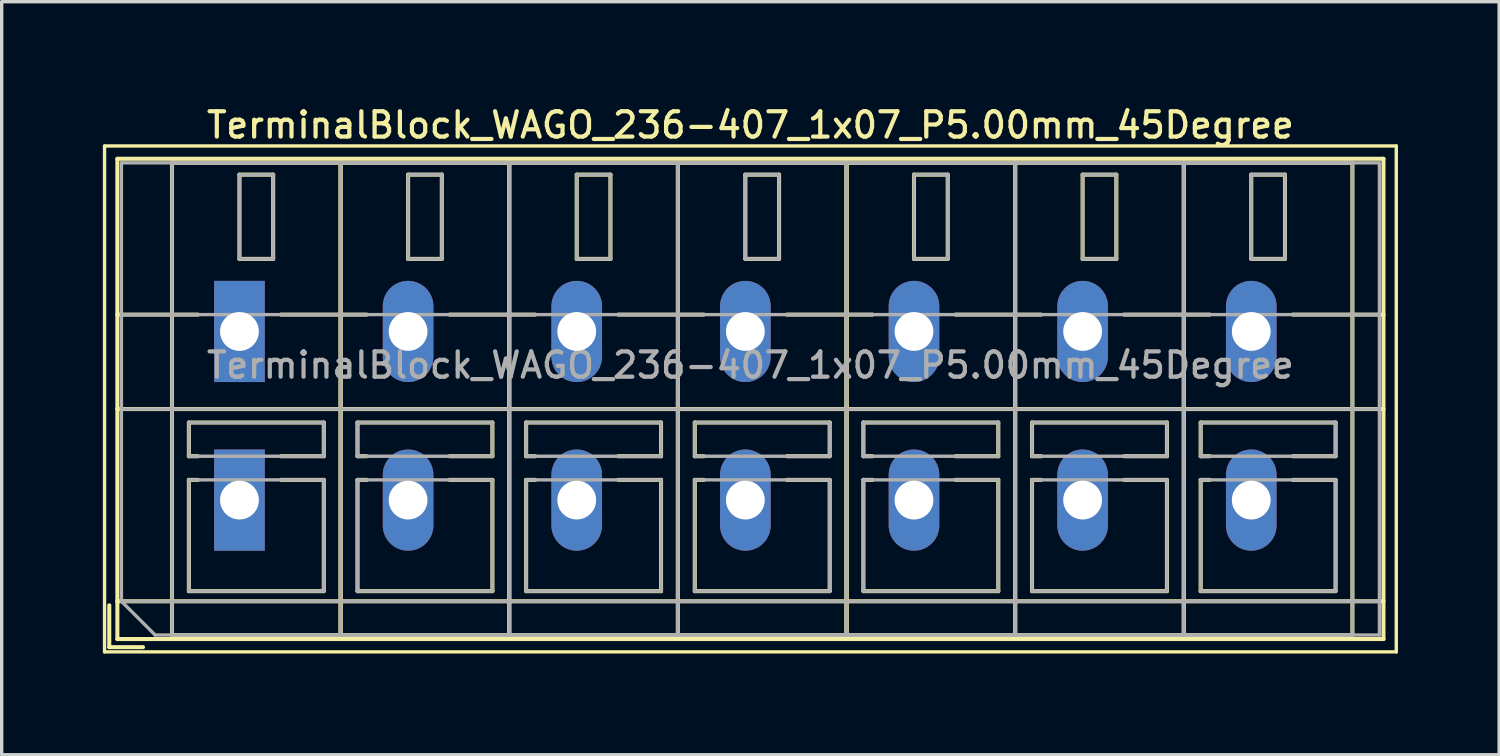
<source format=kicad_pcb>
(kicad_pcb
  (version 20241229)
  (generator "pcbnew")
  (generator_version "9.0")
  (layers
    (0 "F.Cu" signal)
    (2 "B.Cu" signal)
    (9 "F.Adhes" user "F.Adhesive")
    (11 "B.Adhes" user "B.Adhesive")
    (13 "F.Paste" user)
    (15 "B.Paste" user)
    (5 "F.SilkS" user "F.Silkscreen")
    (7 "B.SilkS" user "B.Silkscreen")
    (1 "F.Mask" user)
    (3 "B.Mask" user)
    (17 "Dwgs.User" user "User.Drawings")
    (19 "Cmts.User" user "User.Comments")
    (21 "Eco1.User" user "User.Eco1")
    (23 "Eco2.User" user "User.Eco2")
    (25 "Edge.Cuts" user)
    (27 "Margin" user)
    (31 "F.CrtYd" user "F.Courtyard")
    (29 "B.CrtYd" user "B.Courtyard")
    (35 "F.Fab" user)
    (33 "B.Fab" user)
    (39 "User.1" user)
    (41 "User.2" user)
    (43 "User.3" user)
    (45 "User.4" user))
  (footprint "TerminalBlock_WAGO_236-407_1x07_P5.00mm_45Degree"
    (layer "F.Cu")
    (at 4.05 6.778)
    (property "Reference" "TerminalBlock_WAGO_236-407_1x07_P5.00mm_45Degree" (at 15.15 -6.12 0) (layer "F.SilkS") (effects (font (size 0.75 0.75) (thickness 0.125))))
    (attr through_hole)
    (fp_line (start -4 -5.5) (end -4 9.5) (stroke (width 0.1) (type solid)) (layer "F.SilkS"))
    (fp_line (start -4 9.5) (end 34.3 9.5) (stroke (width 0.1) (type solid)) (layer "F.SilkS"))
    (fp_line (start -3.86 8.12) (end -3.86 9.36) (stroke (width 0.12) (type solid)) (layer "F.SilkS"))
    (fp_line (start -3.86 9.36) (end -2.86 9.36) (stroke (width 0.12) (type solid)) (layer "F.SilkS"))
    (fp_line (start -3.62 -5.12) (end -3.62 9.12) (stroke (width 0.12) (type solid)) (layer "F.SilkS"))
    (fp_line (start -3.62 -5.12) (end 33.92 -5.12) (stroke (width 0.12) (type solid)) (layer "F.SilkS"))
    (fp_line (start -3.62 -0.5) (end -1.23 -0.5) (stroke (width 0.12) (type solid)) (layer "F.SilkS"))
    (fp_line (start -3.62 2.3) (end 33.92 2.3) (stroke (width 0.12) (type solid)) (layer "F.SilkS"))
    (fp_line (start -3.62 8) (end 33.92 8) (stroke (width 0.12) (type solid)) (layer "F.SilkS"))
    (fp_line (start -3.62 9.12) (end 33.92 9.12) (stroke (width 0.12) (type solid)) (layer "F.SilkS"))
    (fp_line (start -2 -5) (end -2 9) (stroke (width 0.12) (type solid)) (layer "F.SilkS"))
    (fp_line (start -2 -5) (end 3 -5) (stroke (width 0.12) (type solid)) (layer "F.SilkS"))
    (fp_line (start -2 9) (end 3 9) (stroke (width 0.12) (type solid)) (layer "F.SilkS"))
    (fp_line (start -1.5 2.7) (end -1.5 3.7) (stroke (width 0.12) (type solid)) (layer "F.SilkS"))
    (fp_line (start -1.5 2.7) (end 2.5 2.7) (stroke (width 0.12) (type solid)) (layer "F.SilkS"))
    (fp_line (start -1.5 3.7) (end -1.23 3.7) (stroke (width 0.12) (type solid)) (layer "F.SilkS"))
    (fp_line (start -1.5 4.4) (end -1.5 7.7) (stroke (width 0.12) (type solid)) (layer "F.SilkS"))
    (fp_line (start -1.5 4.4) (end -1.23 4.4) (stroke (width 0.12) (type solid)) (layer "F.SilkS"))
    (fp_line (start -1.5 7.7) (end 2.5 7.7) (stroke (width 0.12) (type solid)) (layer "F.SilkS"))
    (fp_line (start 0 -4.65) (end 0 -2.151) (stroke (width 0.12) (type solid)) (layer "F.SilkS"))
    (fp_line (start 0 -4.65) (end 1 -4.65) (stroke (width 0.12) (type solid)) (layer "F.SilkS"))
    (fp_line (start 0 -2.151) (end 1 -2.151) (stroke (width 0.12) (type solid)) (layer "F.SilkS"))
    (fp_line (start 1 -4.65) (end 1 -2.151) (stroke (width 0.12) (type solid)) (layer "F.SilkS"))
    (fp_line (start 1.23 -0.5) (end 3.77 -0.5) (stroke (width 0.12) (type solid)) (layer "F.SilkS"))
    (fp_line (start 1.23 3.7) (end 2.5 3.7) (stroke (width 0.12) (type solid)) (layer "F.SilkS"))
    (fp_line (start 1.23 4.4) (end 2.5 4.4) (stroke (width 0.12) (type solid)) (layer "F.SilkS"))
    (fp_line (start 2.5 2.7) (end 2.5 3.7) (stroke (width 0.12) (type solid)) (layer "F.SilkS"))
    (fp_line (start 2.5 4.4) (end 2.5 7.7) (stroke (width 0.12) (type solid)) (layer "F.SilkS"))
    (fp_line (start 3 -5) (end 3 9) (stroke (width 0.12) (type solid)) (layer "F.SilkS"))
    (fp_line (start 3 -5) (end 3 9) (stroke (width 0.12) (type solid)) (layer "F.SilkS"))
    (fp_line (start 3 -5) (end 8 -5) (stroke (width 0.12) (type solid)) (layer "F.SilkS"))
    (fp_line (start 3 9) (end 8 9) (stroke (width 0.12) (type solid)) (layer "F.SilkS"))
    (fp_line (start 3.5 2.7) (end 3.5 3.7) (stroke (width 0.12) (type solid)) (layer "F.SilkS"))
    (fp_line (start 3.5 2.7) (end 7.5 2.7) (stroke (width 0.12) (type solid)) (layer "F.SilkS"))
    (fp_line (start 3.5 3.7) (end 3.77 3.7) (stroke (width 0.12) (type solid)) (layer "F.SilkS"))
    (fp_line (start 3.5 4.4) (end 3.5 7.7) (stroke (width 0.12) (type solid)) (layer "F.SilkS"))
    (fp_line (start 3.5 4.4) (end 3.77 4.4) (stroke (width 0.12) (type solid)) (layer "F.SilkS"))
    (fp_line (start 3.5 7.7) (end 7.5 7.7) (stroke (width 0.12) (type solid)) (layer "F.SilkS"))
    (fp_line (start 5 -4.65) (end 5 -2.151) (stroke (width 0.12) (type solid)) (layer "F.SilkS"))
    (fp_line (start 5 -4.65) (end 6 -4.65) (stroke (width 0.12) (type solid)) (layer "F.SilkS"))
    (fp_line (start 5 -2.151) (end 6 -2.151) (stroke (width 0.12) (type solid)) (layer "F.SilkS"))
    (fp_line (start 6 -4.65) (end 6 -2.151) (stroke (width 0.12) (type solid)) (layer "F.SilkS"))
    (fp_line (start 6.23 -0.5) (end 8.77 -0.5) (stroke (width 0.12) (type solid)) (layer "F.SilkS"))
    (fp_line (start 6.23 3.7) (end 7.5 3.7) (stroke (width 0.12) (type solid)) (layer "F.SilkS"))
    (fp_line (start 6.23 4.4) (end 7.5 4.4) (stroke (width 0.12) (type solid)) (layer "F.SilkS"))
    (fp_line (start 7.5 2.7) (end 7.5 3.7) (stroke (width 0.12) (type solid)) (layer "F.SilkS"))
    (fp_line (start 7.5 4.4) (end 7.5 7.7) (stroke (width 0.12) (type solid)) (layer "F.SilkS"))
    (fp_line (start 8 -5) (end 8 9) (stroke (width 0.12) (type solid)) (layer "F.SilkS"))
    (fp_line (start 8 -5) (end 8 9) (stroke (width 0.12) (type solid)) (layer "F.SilkS"))
    (fp_line (start 8 -5) (end 13 -5) (stroke (width 0.12) (type solid)) (layer "F.SilkS"))
    (fp_line (start 8 9) (end 13 9) (stroke (width 0.12) (type solid)) (layer "F.SilkS"))
    (fp_line (start 8.5 2.7) (end 8.5 3.7) (stroke (width 0.12) (type solid)) (layer "F.SilkS"))
    (fp_line (start 8.5 2.7) (end 12.5 2.7) (stroke (width 0.12) (type solid)) (layer "F.SilkS"))
    (fp_line (start 8.5 3.7) (end 8.77 3.7) (stroke (width 0.12) (type solid)) (layer "F.SilkS"))
    (fp_line (start 8.5 4.4) (end 8.5 7.7) (stroke (width 0.12) (type solid)) (layer "F.SilkS"))
    (fp_line (start 8.5 4.4) (end 8.77 4.4) (stroke (width 0.12) (type solid)) (layer "F.SilkS"))
    (fp_line (start 8.5 7.7) (end 12.5 7.7) (stroke (width 0.12) (type solid)) (layer "F.SilkS"))
    (fp_line (start 10 -4.65) (end 10 -2.151) (stroke (width 0.12) (type solid)) (layer "F.SilkS"))
    (fp_line (start 10 -4.65) (end 11 -4.65) (stroke (width 0.12) (type solid)) (layer "F.SilkS"))
    (fp_line (start 10 -2.151) (end 11 -2.151) (stroke (width 0.12) (type solid)) (layer "F.SilkS"))
    (fp_line (start 11 -4.65) (end 11 -2.151) (stroke (width 0.12) (type solid)) (layer "F.SilkS"))
    (fp_line (start 11.23 -0.5) (end 13.77 -0.5) (stroke (width 0.12) (type solid)) (layer "F.SilkS"))
    (fp_line (start 11.23 3.7) (end 12.5 3.7) (stroke (width 0.12) (type solid)) (layer "F.SilkS"))
    (fp_line (start 11.23 4.4) (end 12.5 4.4) (stroke (width 0.12) (type solid)) (layer "F.SilkS"))
    (fp_line (start 12.5 2.7) (end 12.5 3.7) (stroke (width 0.12) (type solid)) (layer "F.SilkS"))
    (fp_line (start 12.5 4.4) (end 12.5 7.7) (stroke (width 0.12) (type solid)) (layer "F.SilkS"))
    (fp_line (start 13 -5) (end 13 9) (stroke (width 0.12) (type solid)) (layer "F.SilkS"))
    (fp_line (start 13 -5) (end 13 9) (stroke (width 0.12) (type solid)) (layer "F.SilkS"))
    (fp_line (start 13 -5) (end 18 -5) (stroke (width 0.12) (type solid)) (layer "F.SilkS"))
    (fp_line (start 13 9) (end 18 9) (stroke (width 0.12) (type solid)) (layer "F.SilkS"))
    (fp_line (start 13.5 2.7) (end 13.5 3.7) (stroke (width 0.12) (type solid)) (layer "F.SilkS"))
    (fp_line (start 13.5 2.7) (end 17.5 2.7) (stroke (width 0.12) (type solid)) (layer "F.SilkS"))
    (fp_line (start 13.5 3.7) (end 13.77 3.7) (stroke (width 0.12) (type solid)) (layer "F.SilkS"))
    (fp_line (start 13.5 4.4) (end 13.5 7.7) (stroke (width 0.12) (type solid)) (layer "F.SilkS"))
    (fp_line (start 13.5 4.4) (end 13.77 4.4) (stroke (width 0.12) (type solid)) (layer "F.SilkS"))
    (fp_line (start 13.5 7.7) (end 17.5 7.7) (stroke (width 0.12) (type solid)) (layer "F.SilkS"))
    (fp_line (start 15 -4.65) (end 15 -2.151) (stroke (width 0.12) (type solid)) (layer "F.SilkS"))
    (fp_line (start 15 -4.65) (end 16 -4.65) (stroke (width 0.12) (type solid)) (layer "F.SilkS"))
    (fp_line (start 15 -2.151) (end 16 -2.151) (stroke (width 0.12) (type solid)) (layer "F.SilkS"))
    (fp_line (start 16 -4.65) (end 16 -2.151) (stroke (width 0.12) (type solid)) (layer "F.SilkS"))
    (fp_line (start 16.23 -0.5) (end 18.77 -0.5) (stroke (width 0.12) (type solid)) (layer "F.SilkS"))
    (fp_line (start 16.23 3.7) (end 17.5 3.7) (stroke (width 0.12) (type solid)) (layer "F.SilkS"))
    (fp_line (start 16.23 4.4) (end 17.5 4.4) (stroke (width 0.12) (type solid)) (layer "F.SilkS"))
    (fp_line (start 17.5 2.7) (end 17.5 3.7) (stroke (width 0.12) (type solid)) (layer "F.SilkS"))
    (fp_line (start 17.5 4.4) (end 17.5 7.7) (stroke (width 0.12) (type solid)) (layer "F.SilkS"))
    (fp_line (start 18 -5) (end 18 9) (stroke (width 0.12) (type solid)) (layer "F.SilkS"))
    (fp_line (start 18 -5) (end 18 9) (stroke (width 0.12) (type solid)) (layer "F.SilkS"))
    (fp_line (start 18 -5) (end 23 -5) (stroke (width 0.12) (type solid)) (layer "F.SilkS"))
    (fp_line (start 18 9) (end 23 9) (stroke (width 0.12) (type solid)) (layer "F.SilkS"))
    (fp_line (start 18.5 2.7) (end 18.5 3.7) (stroke (width 0.12) (type solid)) (layer "F.SilkS"))
    (fp_line (start 18.5 2.7) (end 22.5 2.7) (stroke (width 0.12) (type solid)) (layer "F.SilkS"))
    (fp_line (start 18.5 3.7) (end 18.77 3.7) (stroke (width 0.12) (type solid)) (layer "F.SilkS"))
    (fp_line (start 18.5 4.4) (end 18.5 7.7) (stroke (width 0.12) (type solid)) (layer "F.SilkS"))
    (fp_line (start 18.5 4.4) (end 18.77 4.4) (stroke (width 0.12) (type solid)) (layer "F.SilkS"))
    (fp_line (start 18.5 7.7) (end 22.5 7.7) (stroke (width 0.12) (type solid)) (layer "F.SilkS"))
    (fp_line (start 20 -4.65) (end 20 -2.151) (stroke (width 0.12) (type solid)) (layer "F.SilkS"))
    (fp_line (start 20 -4.65) (end 21 -4.65) (stroke (width 0.12) (type solid)) (layer "F.SilkS"))
    (fp_line (start 20 -2.151) (end 21 -2.151) (stroke (width 0.12) (type solid)) (layer "F.SilkS"))
    (fp_line (start 21 -4.65) (end 21 -2.151) (stroke (width 0.12) (type solid)) (layer "F.SilkS"))
    (fp_line (start 21.23 -0.5) (end 23.77 -0.5) (stroke (width 0.12) (type solid)) (layer "F.SilkS"))
    (fp_line (start 21.23 3.7) (end 22.5 3.7) (stroke (width 0.12) (type solid)) (layer "F.SilkS"))
    (fp_line (start 21.23 4.4) (end 22.5 4.4) (stroke (width 0.12) (type solid)) (layer "F.SilkS"))
    (fp_line (start 22.5 2.7) (end 22.5 3.7) (stroke (width 0.12) (type solid)) (layer "F.SilkS"))
    (fp_line (start 22.5 4.4) (end 22.5 7.7) (stroke (width 0.12) (type solid)) (layer "F.SilkS"))
    (fp_line (start 23 -5) (end 23 9) (stroke (width 0.12) (type solid)) (layer "F.SilkS"))
    (fp_line (start 23 -5) (end 23 9) (stroke (width 0.12) (type solid)) (layer "F.SilkS"))
    (fp_line (start 23 -5) (end 28 -5) (stroke (width 0.12) (type solid)) (layer "F.SilkS"))
    (fp_line (start 23 9) (end 28 9) (stroke (width 0.12) (type solid)) (layer "F.SilkS"))
    (fp_line (start 23.5 2.7) (end 23.5 3.7) (stroke (width 0.12) (type solid)) (layer "F.SilkS"))
    (fp_line (start 23.5 2.7) (end 27.5 2.7) (stroke (width 0.12) (type solid)) (layer "F.SilkS"))
    (fp_line (start 23.5 3.7) (end 23.77 3.7) (stroke (width 0.12) (type solid)) (layer "F.SilkS"))
    (fp_line (start 23.5 4.4) (end 23.5 7.7) (stroke (width 0.12) (type solid)) (layer "F.SilkS"))
    (fp_line (start 23.5 4.4) (end 23.77 4.4) (stroke (width 0.12) (type solid)) (layer "F.SilkS"))
    (fp_line (start 23.5 7.7) (end 27.5 7.7) (stroke (width 0.12) (type solid)) (layer "F.SilkS"))
    (fp_line (start 25 -4.65) (end 25 -2.151) (stroke (width 0.12) (type solid)) (layer "F.SilkS"))
    (fp_line (start 25 -4.65) (end 26 -4.65) (stroke (width 0.12) (type solid)) (layer "F.SilkS"))
    (fp_line (start 25 -2.151) (end 26 -2.151) (stroke (width 0.12) (type solid)) (layer "F.SilkS"))
    (fp_line (start 26 -4.65) (end 26 -2.151) (stroke (width 0.12) (type solid)) (layer "F.SilkS"))
    (fp_line (start 26.23 -0.5) (end 28.77 -0.5) (stroke (width 0.12) (type solid)) (layer "F.SilkS"))
    (fp_line (start 26.23 3.7) (end 27.5 3.7) (stroke (width 0.12) (type solid)) (layer "F.SilkS"))
    (fp_line (start 26.23 4.4) (end 27.5 4.4) (stroke (width 0.12) (type solid)) (layer "F.SilkS"))
    (fp_line (start 27.5 2.7) (end 27.5 3.7) (stroke (width 0.12) (type solid)) (layer "F.SilkS"))
    (fp_line (start 27.5 4.4) (end 27.5 7.7) (stroke (width 0.12) (type solid)) (layer "F.SilkS"))
    (fp_line (start 28 -5) (end 28 9) (stroke (width 0.12) (type solid)) (layer "F.SilkS"))
    (fp_line (start 28 -5) (end 28 9) (stroke (width 0.12) (type solid)) (layer "F.SilkS"))
    (fp_line (start 28 -5) (end 33 -5) (stroke (width 0.12) (type solid)) (layer "F.SilkS"))
    (fp_line (start 28 9) (end 33 9) (stroke (width 0.12) (type solid)) (layer "F.SilkS"))
    (fp_line (start 28.5 2.7) (end 28.5 3.7) (stroke (width 0.12) (type solid)) (layer "F.SilkS"))
    (fp_line (start 28.5 2.7) (end 32.5 2.7) (stroke (width 0.12) (type solid)) (layer "F.SilkS"))
    (fp_line (start 28.5 3.7) (end 28.77 3.7) (stroke (width 0.12) (type solid)) (layer "F.SilkS"))
    (fp_line (start 28.5 4.4) (end 28.5 7.7) (stroke (width 0.12) (type solid)) (layer "F.SilkS"))
    (fp_line (start 28.5 4.4) (end 28.77 4.4) (stroke (width 0.12) (type solid)) (layer "F.SilkS"))
    (fp_line (start 28.5 7.7) (end 32.5 7.7) (stroke (width 0.12) (type solid)) (layer "F.SilkS"))
    (fp_line (start 30 -4.65) (end 30 -2.151) (stroke (width 0.12) (type solid)) (layer "F.SilkS"))
    (fp_line (start 30 -4.65) (end 31 -4.65) (stroke (width 0.12) (type solid)) (layer "F.SilkS"))
    (fp_line (start 30 -2.151) (end 31 -2.151) (stroke (width 0.12) (type solid)) (layer "F.SilkS"))
    (fp_line (start 31 -4.65) (end 31 -2.151) (stroke (width 0.12) (type solid)) (layer "F.SilkS"))
    (fp_line (start 31.23 -0.5) (end 33.92 -0.5) (stroke (width 0.12) (type solid)) (layer "F.SilkS"))
    (fp_line (start 31.23 3.7) (end 32.5 3.7) (stroke (width 0.12) (type solid)) (layer "F.SilkS"))
    (fp_line (start 31.23 4.4) (end 32.5 4.4) (stroke (width 0.12) (type solid)) (layer "F.SilkS"))
    (fp_line (start 32.5 2.7) (end 32.5 3.7) (stroke (width 0.12) (type solid)) (layer "F.SilkS"))
    (fp_line (start 32.5 4.4) (end 32.5 7.7) (stroke (width 0.12) (type solid)) (layer "F.SilkS"))
    (fp_line (start 33 -5) (end 33 9) (stroke (width 0.12) (type solid)) (layer "F.SilkS"))
    (fp_line (start 33.92 -5.12) (end 33.92 9.12) (stroke (width 0.12) (type solid)) (layer "F.SilkS"))
    (fp_line (start 34.3 -5.5) (end -4 -5.5) (stroke (width 0.1) (type solid)) (layer "F.SilkS"))
    (fp_line (start 34.3 9.5) (end 34.3 -5.5) (stroke (width 0.1) (type solid)) (layer "F.SilkS"))
    (fp_line (start -3.5 -5) (end 33.8 -5) (stroke (width 0.1) (type solid)) (layer "F.Fab"))
    (fp_line (start -3.5 -0.5) (end 33.8 -0.5) (stroke (width 0.1) (type solid)) (layer "F.Fab"))
    (fp_line (start -3.5 2.3) (end 33.8 2.3) (stroke (width 0.1) (type solid)) (layer "F.Fab"))
    (fp_line (start -3.5 8) (end -3.5 -5) (stroke (width 0.1) (type solid)) (layer "F.Fab"))
    (fp_line (start -3.5 8) (end 33.8 8) (stroke (width 0.1) (type solid)) (layer "F.Fab"))
    (fp_line (start -2.5 9) (end -3.5 8) (stroke (width 0.1) (type solid)) (layer "F.Fab"))
    (fp_line (start -2 -5) (end -2 9) (stroke (width 0.1) (type solid)) (layer "F.Fab"))
    (fp_line (start -2 9) (end 3 9) (stroke (width 0.1) (type solid)) (layer "F.Fab"))
    (fp_line (start -1.5 2.7) (end -1.5 3.7) (stroke (width 0.1) (type solid)) (layer "F.Fab"))
    (fp_line (start -1.5 3.7) (end 2.5 3.7) (stroke (width 0.1) (type solid)) (layer "F.Fab"))
    (fp_line (start -1.5 4.4) (end -1.5 7.7) (stroke (width 0.1) (type solid)) (layer "F.Fab"))
    (fp_line (start -1.5 7.7) (end 2.5 7.7) (stroke (width 0.1) (type solid)) (layer "F.Fab"))
    (fp_line (start 0 -4.65) (end 0 -2.15) (stroke (width 0.1) (type solid)) (layer "F.Fab"))
    (fp_line (start 0 -2.15) (end 1 -2.15) (stroke (width 0.1) (type solid)) (layer "F.Fab"))
    (fp_line (start 1 -4.65) (end 0 -4.65) (stroke (width 0.1) (type solid)) (layer "F.Fab"))
    (fp_line (start 1 -2.15) (end 1 -4.65) (stroke (width 0.1) (type solid)) (layer "F.Fab"))
    (fp_line (start 2.5 2.7) (end -1.5 2.7) (stroke (width 0.1) (type solid)) (layer "F.Fab"))
    (fp_line (start 2.5 3.7) (end 2.5 2.7) (stroke (width 0.1) (type solid)) (layer "F.Fab"))
    (fp_line (start 2.5 4.4) (end -1.5 4.4) (stroke (width 0.1) (type solid)) (layer "F.Fab"))
    (fp_line (start 2.5 7.7) (end 2.5 4.4) (stroke (width 0.1) (type solid)) (layer "F.Fab"))
    (fp_line (start 3 -5) (end -2 -5) (stroke (width 0.1) (type solid)) (layer "F.Fab"))
    (fp_line (start 3 -5) (end 3 9) (stroke (width 0.1) (type solid)) (layer "F.Fab"))
    (fp_line (start 3 9) (end 3 -5) (stroke (width 0.1) (type solid)) (layer "F.Fab"))
    (fp_line (start 3 9) (end 8 9) (stroke (width 0.1) (type solid)) (layer "F.Fab"))
    (fp_line (start 3.5 2.7) (end 3.5 3.7) (stroke (width 0.1) (type solid)) (layer "F.Fab"))
    (fp_line (start 3.5 3.7) (end 7.5 3.7) (stroke (width 0.1) (type solid)) (layer "F.Fab"))
    (fp_line (start 3.5 4.4) (end 3.5 7.7) (stroke (width 0.1) (type solid)) (layer "F.Fab"))
    (fp_line (start 3.5 7.7) (end 7.5 7.7) (stroke (width 0.1) (type solid)) (layer "F.Fab"))
    (fp_line (start 5 -4.65) (end 5 -2.15) (stroke (width 0.1) (type solid)) (layer "F.Fab"))
    (fp_line (start 5 -2.15) (end 6 -2.15) (stroke (width 0.1) (type solid)) (layer "F.Fab"))
    (fp_line (start 6 -4.65) (end 5 -4.65) (stroke (width 0.1) (type solid)) (layer "F.Fab"))
    (fp_line (start 6 -2.15) (end 6 -4.65) (stroke (width 0.1) (type solid)) (layer "F.Fab"))
    (fp_line (start 7.5 2.7) (end 3.5 2.7) (stroke (width 0.1) (type solid)) (layer "F.Fab"))
    (fp_line (start 7.5 3.7) (end 7.5 2.7) (stroke (width 0.1) (type solid)) (layer "F.Fab"))
    (fp_line (start 7.5 4.4) (end 3.5 4.4) (stroke (width 0.1) (type solid)) (layer "F.Fab"))
    (fp_line (start 7.5 7.7) (end 7.5 4.4) (stroke (width 0.1) (type solid)) (layer "F.Fab"))
    (fp_line (start 8 -5) (end 3 -5) (stroke (width 0.1) (type solid)) (layer "F.Fab"))
    (fp_line (start 8 -5) (end 8 9) (stroke (width 0.1) (type solid)) (layer "F.Fab"))
    (fp_line (start 8 9) (end 8 -5) (stroke (width 0.1) (type solid)) (layer "F.Fab"))
    (fp_line (start 8 9) (end 13 9) (stroke (width 0.1) (type solid)) (layer "F.Fab"))
    (fp_line (start 8.5 2.7) (end 8.5 3.7) (stroke (width 0.1) (type solid)) (layer "F.Fab"))
    (fp_line (start 8.5 3.7) (end 12.5 3.7) (stroke (width 0.1) (type solid)) (layer "F.Fab"))
    (fp_line (start 8.5 4.4) (end 8.5 7.7) (stroke (width 0.1) (type solid)) (layer "F.Fab"))
    (fp_line (start 8.5 7.7) (end 12.5 7.7) (stroke (width 0.1) (type solid)) (layer "F.Fab"))
    (fp_line (start 10 -4.65) (end 10 -2.15) (stroke (width 0.1) (type solid)) (layer "F.Fab"))
    (fp_line (start 10 -2.15) (end 11 -2.15) (stroke (width 0.1) (type solid)) (layer "F.Fab"))
    (fp_line (start 11 -4.65) (end 10 -4.65) (stroke (width 0.1) (type solid)) (layer "F.Fab"))
    (fp_line (start 11 -2.15) (end 11 -4.65) (stroke (width 0.1) (type solid)) (layer "F.Fab"))
    (fp_line (start 12.5 2.7) (end 8.5 2.7) (stroke (width 0.1) (type solid)) (layer "F.Fab"))
    (fp_line (start 12.5 3.7) (end 12.5 2.7) (stroke (width 0.1) (type solid)) (layer "F.Fab"))
    (fp_line (start 12.5 4.4) (end 8.5 4.4) (stroke (width 0.1) (type solid)) (layer "F.Fab"))
    (fp_line (start 12.5 7.7) (end 12.5 4.4) (stroke (width 0.1) (type solid)) (layer "F.Fab"))
    (fp_line (start 13 -5) (end 8 -5) (stroke (width 0.1) (type solid)) (layer "F.Fab"))
    (fp_line (start 13 -5) (end 13 9) (stroke (width 0.1) (type solid)) (layer "F.Fab"))
    (fp_line (start 13 9) (end 13 -5) (stroke (width 0.1) (type solid)) (layer "F.Fab"))
    (fp_line (start 13 9) (end 18 9) (stroke (width 0.1) (type solid)) (layer "F.Fab"))
    (fp_line (start 13.5 2.7) (end 13.5 3.7) (stroke (width 0.1) (type solid)) (layer "F.Fab"))
    (fp_line (start 13.5 3.7) (end 17.5 3.7) (stroke (width 0.1) (type solid)) (layer "F.Fab"))
    (fp_line (start 13.5 4.4) (end 13.5 7.7) (stroke (width 0.1) (type solid)) (layer "F.Fab"))
    (fp_line (start 13.5 7.7) (end 17.5 7.7) (stroke (width 0.1) (type solid)) (layer "F.Fab"))
    (fp_line (start 15 -4.65) (end 15 -2.15) (stroke (width 0.1) (type solid)) (layer "F.Fab"))
    (fp_line (start 15 -2.15) (end 16 -2.15) (stroke (width 0.1) (type solid)) (layer "F.Fab"))
    (fp_line (start 16 -4.65) (end 15 -4.65) (stroke (width 0.1) (type solid)) (layer "F.Fab"))
    (fp_line (start 16 -2.15) (end 16 -4.65) (stroke (width 0.1) (type solid)) (layer "F.Fab"))
    (fp_line (start 17.5 2.7) (end 13.5 2.7) (stroke (width 0.1) (type solid)) (layer "F.Fab"))
    (fp_line (start 17.5 3.7) (end 17.5 2.7) (stroke (width 0.1) (type solid)) (layer "F.Fab"))
    (fp_line (start 17.5 4.4) (end 13.5 4.4) (stroke (width 0.1) (type solid)) (layer "F.Fab"))
    (fp_line (start 17.5 7.7) (end 17.5 4.4) (stroke (width 0.1) (type solid)) (layer "F.Fab"))
    (fp_line (start 18 -5) (end 13 -5) (stroke (width 0.1) (type solid)) (layer "F.Fab"))
    (fp_line (start 18 -5) (end 18 9) (stroke (width 0.1) (type solid)) (layer "F.Fab"))
    (fp_line (start 18 9) (end 18 -5) (stroke (width 0.1) (type solid)) (layer "F.Fab"))
    (fp_line (start 18 9) (end 23 9) (stroke (width 0.1) (type solid)) (layer "F.Fab"))
    (fp_line (start 18.5 2.7) (end 18.5 3.7) (stroke (width 0.1) (type solid)) (layer "F.Fab"))
    (fp_line (start 18.5 3.7) (end 22.5 3.7) (stroke (width 0.1) (type solid)) (layer "F.Fab"))
    (fp_line (start 18.5 4.4) (end 18.5 7.7) (stroke (width 0.1) (type solid)) (layer "F.Fab"))
    (fp_line (start 18.5 7.7) (end 22.5 7.7) (stroke (width 0.1) (type solid)) (layer "F.Fab"))
    (fp_line (start 20 -4.65) (end 20 -2.15) (stroke (width 0.1) (type solid)) (layer "F.Fab"))
    (fp_line (start 20 -2.15) (end 21 -2.15) (stroke (width 0.1) (type solid)) (layer "F.Fab"))
    (fp_line (start 21 -4.65) (end 20 -4.65) (stroke (width 0.1) (type solid)) (layer "F.Fab"))
    (fp_line (start 21 -2.15) (end 21 -4.65) (stroke (width 0.1) (type solid)) (layer "F.Fab"))
    (fp_line (start 22.5 2.7) (end 18.5 2.7) (stroke (width 0.1) (type solid)) (layer "F.Fab"))
    (fp_line (start 22.5 3.7) (end 22.5 2.7) (stroke (width 0.1) (type solid)) (layer "F.Fab"))
    (fp_line (start 22.5 4.4) (end 18.5 4.4) (stroke (width 0.1) (type solid)) (layer "F.Fab"))
    (fp_line (start 22.5 7.7) (end 22.5 4.4) (stroke (width 0.1) (type solid)) (layer "F.Fab"))
    (fp_line (start 23 -5) (end 18 -5) (stroke (width 0.1) (type solid)) (layer "F.Fab"))
    (fp_line (start 23 -5) (end 23 9) (stroke (width 0.1) (type solid)) (layer "F.Fab"))
    (fp_line (start 23 9) (end 23 -5) (stroke (width 0.1) (type solid)) (layer "F.Fab"))
    (fp_line (start 23 9) (end 28 9) (stroke (width 0.1) (type solid)) (layer "F.Fab"))
    (fp_line (start 23.5 2.7) (end 23.5 3.7) (stroke (width 0.1) (type solid)) (layer "F.Fab"))
    (fp_line (start 23.5 3.7) (end 27.5 3.7) (stroke (width 0.1) (type solid)) (layer "F.Fab"))
    (fp_line (start 23.5 4.4) (end 23.5 7.7) (stroke (width 0.1) (type solid)) (layer "F.Fab"))
    (fp_line (start 23.5 7.7) (end 27.5 7.7) (stroke (width 0.1) (type solid)) (layer "F.Fab"))
    (fp_line (start 25 -4.65) (end 25 -2.15) (stroke (width 0.1) (type solid)) (layer "F.Fab"))
    (fp_line (start 25 -2.15) (end 26 -2.15) (stroke (width 0.1) (type solid)) (layer "F.Fab"))
    (fp_line (start 26 -4.65) (end 25 -4.65) (stroke (width 0.1) (type solid)) (layer "F.Fab"))
    (fp_line (start 26 -2.15) (end 26 -4.65) (stroke (width 0.1) (type solid)) (layer "F.Fab"))
    (fp_line (start 27.5 2.7) (end 23.5 2.7) (stroke (width 0.1) (type solid)) (layer "F.Fab"))
    (fp_line (start 27.5 3.7) (end 27.5 2.7) (stroke (width 0.1) (type solid)) (layer "F.Fab"))
    (fp_line (start 27.5 4.4) (end 23.5 4.4) (stroke (width 0.1) (type solid)) (layer "F.Fab"))
    (fp_line (start 27.5 7.7) (end 27.5 4.4) (stroke (width 0.1) (type solid)) (layer "F.Fab"))
    (fp_line (start 28 -5) (end 23 -5) (stroke (width 0.1) (type solid)) (layer "F.Fab"))
    (fp_line (start 28 -5) (end 28 9) (stroke (width 0.1) (type solid)) (layer "F.Fab"))
    (fp_line (start 28 9) (end 28 -5) (stroke (width 0.1) (type solid)) (layer "F.Fab"))
    (fp_line (start 28 9) (end 33 9) (stroke (width 0.1) (type solid)) (layer "F.Fab"))
    (fp_line (start 28.5 2.7) (end 28.5 3.7) (stroke (width 0.1) (type solid)) (layer "F.Fab"))
    (fp_line (start 28.5 3.7) (end 32.5 3.7) (stroke (width 0.1) (type solid)) (layer "F.Fab"))
    (fp_line (start 28.5 4.4) (end 28.5 7.7) (stroke (width 0.1) (type solid)) (layer "F.Fab"))
    (fp_line (start 28.5 7.7) (end 32.5 7.7) (stroke (width 0.1) (type solid)) (layer "F.Fab"))
    (fp_line (start 30 -4.65) (end 30 -2.15) (stroke (width 0.1) (type solid)) (layer "F.Fab"))
    (fp_line (start 30 -2.15) (end 31 -2.15) (stroke (width 0.1) (type solid)) (layer "F.Fab"))
    (fp_line (start 31 -4.65) (end 30 -4.65) (stroke (width 0.1) (type solid)) (layer "F.Fab"))
    (fp_line (start 31 -2.15) (end 31 -4.65) (stroke (width 0.1) (type solid)) (layer "F.Fab"))
    (fp_line (start 32.5 2.7) (end 28.5 2.7) (stroke (width 0.1) (type solid)) (layer "F.Fab"))
    (fp_line (start 32.5 3.7) (end 32.5 2.7) (stroke (width 0.1) (type solid)) (layer "F.Fab"))
    (fp_line (start 32.5 4.4) (end 28.5 4.4) (stroke (width 0.1) (type solid)) (layer "F.Fab"))
    (fp_line (start 32.5 7.7) (end 32.5 4.4) (stroke (width 0.1) (type solid)) (layer "F.Fab"))
    (fp_line (start 33 -5) (end 28 -5) (stroke (width 0.1) (type solid)) (layer "F.Fab"))
    (fp_line (start 33 9) (end 33 -5) (stroke (width 0.1) (type solid)) (layer "F.Fab"))
    (fp_line (start 33.8 -5) (end 33.8 9) (stroke (width 0.1) (type solid)) (layer "F.Fab"))
    (fp_line (start 33.8 9) (end -2.5 9) (stroke (width 0.1) (type solid)) (layer "F.Fab"))
    (fp_text user "${REFERENCE}" (at 15.15 1 0) (layer "F.Fab") (effects (font (size 0.75 0.75) (thickness 0.125))))
    (pad "1" thru_hole rect (at 0 0) (size 1.5 3) (drill 1.15) (layers "*.Cu" "*.Mask"))
    (pad "1" thru_hole rect (at 0 5) (size 1.5 3) (drill 1.15) (layers "*.Cu" "*.Mask"))
    (pad "2" thru_hole oval (at 5 0) (size 1.5 3) (drill 1.15) (layers "*.Cu" "*.Mask"))
    (pad "2" thru_hole oval (at 5 5) (size 1.5 3) (drill 1.15) (layers "*.Cu" "*.Mask"))
    (pad "3" thru_hole oval (at 10 0) (size 1.5 3) (drill 1.15) (layers "*.Cu" "*.Mask"))
    (pad "3" thru_hole oval (at 10 5) (size 1.5 3) (drill 1.15) (layers "*.Cu" "*.Mask"))
    (pad "4" thru_hole oval (at 15 0) (size 1.5 3) (drill 1.15) (layers "*.Cu" "*.Mask"))
    (pad "4" thru_hole oval (at 15 5) (size 1.5 3) (drill 1.15) (layers "*.Cu" "*.Mask"))
    (pad "5" thru_hole oval (at 20 0) (size 1.5 3) (drill 1.15) (layers "*.Cu" "*.Mask"))
    (pad "5" thru_hole oval (at 20 5) (size 1.5 3) (drill 1.15) (layers "*.Cu" "*.Mask"))
    (pad "6" thru_hole oval (at 25 0) (size 1.5 3) (drill 1.15) (layers "*.Cu" "*.Mask"))
    (pad "6" thru_hole oval (at 25 5) (size 1.5 3) (drill 1.15) (layers "*.Cu" "*.Mask"))
    (pad "7" thru_hole oval (at 30 0) (size 1.5 3) (drill 1.15) (layers "*.Cu" "*.Mask"))
    (pad "7" thru_hole oval (at 30 5) (size 1.5 3) (drill 1.15) (layers "*.Cu" "*.Mask")))
  (gr_rect
    (start -3 -3)
    (end 41.4 19.328)
    (stroke (width 0.1) (type default))
    (fill no)
    (layer "Edge.Cuts")))
</source>
